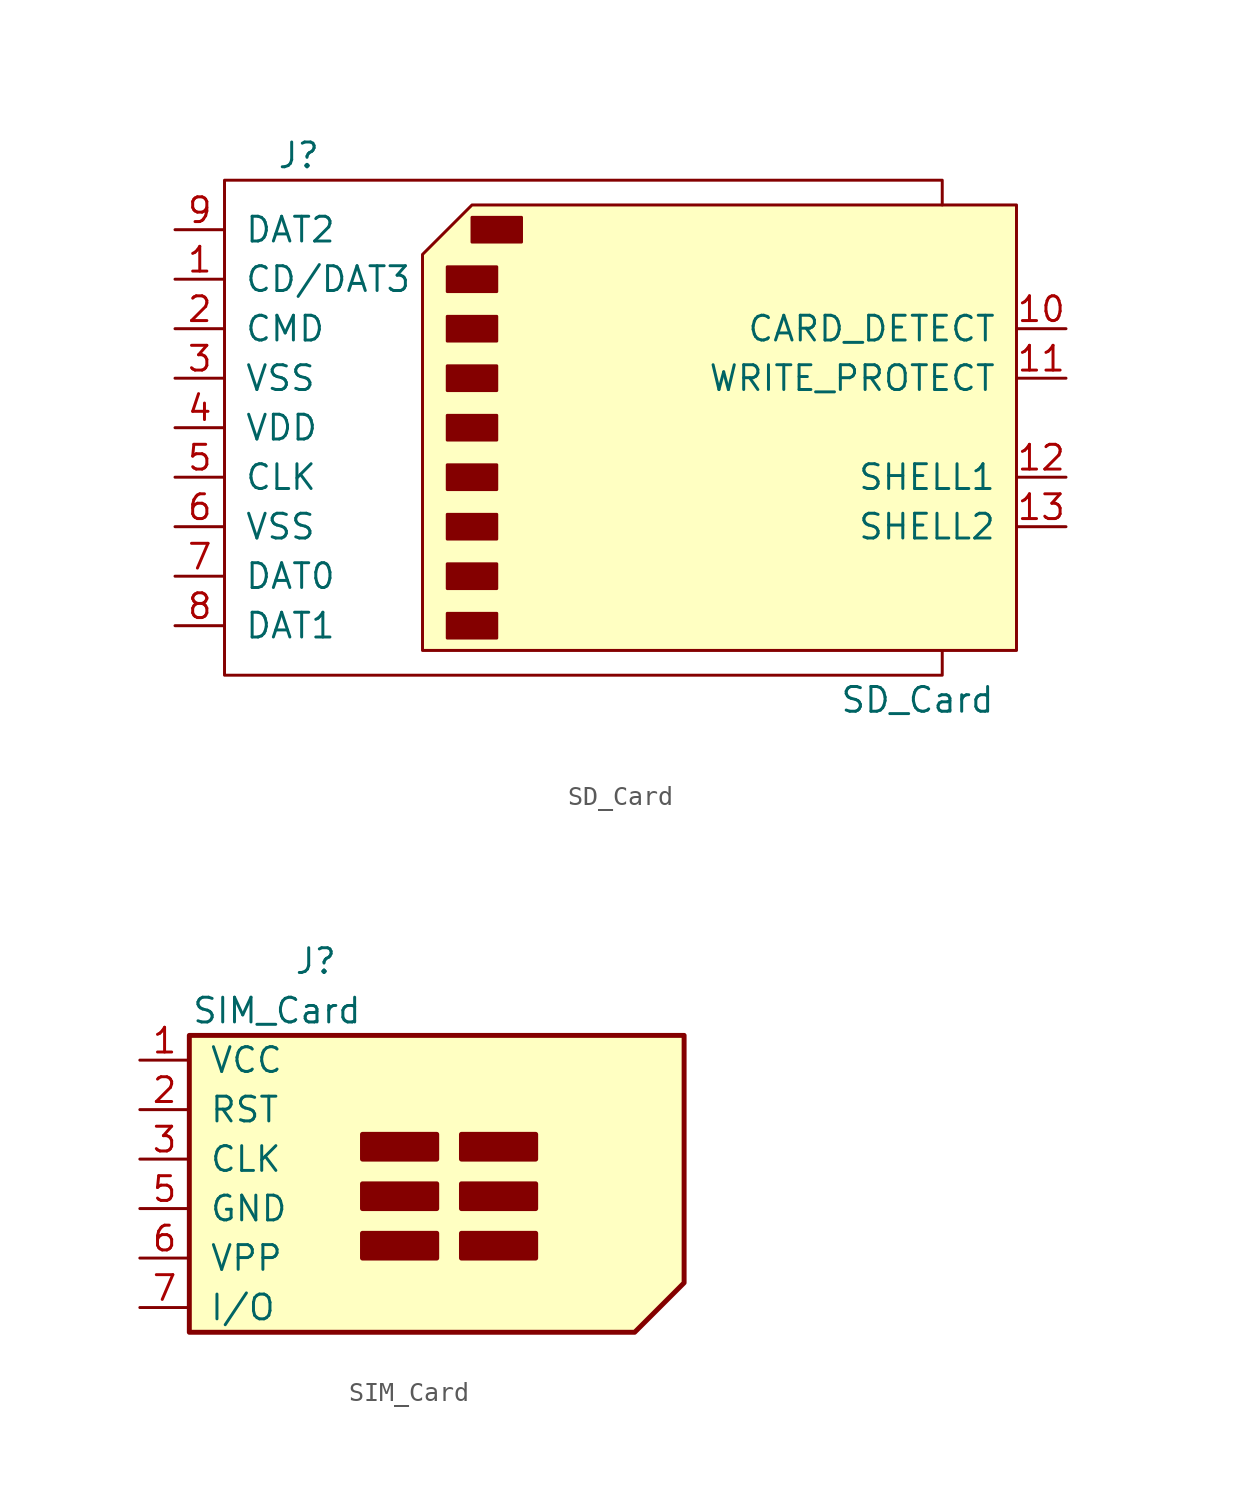
<source format=kicad_sym>
(kicad_symbol_lib
  (version 20201005)
  (generator kicad_symbol_editor)
  (symbol "SD_Card"
    (pin_names
      (offset 1.016))
    (property "Reference" "J"
      (at -16.51 13.97 0)
      (effects (font (size 1.27 1.27))))
    (property "Value" "SD_Card"
      (at 15.24 -13.97 0)
      (effects (font (size 1.27 1.27))))
    (symbol "SD_Card_0_1"
      (rectangle (start -8.89 -9.525) (end -6.35 -10.795) (stroke (width 0)) (fill (type outline)))
      (rectangle (start -8.89 -6.985) (end -6.35 -8.255) (stroke (width 0)) (fill (type outline)))
      (rectangle (start -8.89 -4.445) (end -6.35 -5.715) (stroke (width 0)) (fill (type outline)))
      (rectangle (start -8.89 -1.905) (end -6.35 -3.175) (stroke (width 0)) (fill (type outline)))
      (rectangle (start -8.89 0.635) (end -6.35 -0.635) (stroke (width 0)) (fill (type outline)))
      (rectangle (start -8.89 3.175) (end -6.35 1.905) (stroke (width 0)) (fill (type outline)))
      (rectangle (start -8.89 5.715) (end -6.35 4.445) (stroke (width 0)) (fill (type outline)))
      (rectangle (start -8.89 8.255) (end -6.35 6.985) (stroke (width 0)) (fill (type outline)))
      (rectangle (start -7.62 10.795) (end -5.08 9.525) (stroke (width 0)) (fill (type outline)))
      (polyline (pts (xy -10.16 8.89) (xy -7.62 11.43) (xy 20.32 11.43) (xy 20.32 -11.43) (xy -10.16 -11.43) (xy -10.16 8.89)) (stroke (width 0)) (fill (type background)))
      (polyline (pts (xy 16.51 11.43) (xy 16.51 12.7) (xy -20.32 12.7) (xy -20.32 -12.7) (xy 16.51 -12.7) (xy 16.51 -11.43)) (stroke (width 0)) (fill (type none))))
    (symbol "SD_Card_1_1"
      (pin input line (at -22.86 7.62 0) (length 2.54) (name "CD/DAT3" (effects (font (size 1.27 1.27)))) (number "1" (effects (font (size 1.27 1.27)))))
      (pin input line (at 22.86 5.08 180) (length 2.54) (name "CARD_DETECT" (effects (font (size 1.27 1.27)))) (number "10" (effects (font (size 1.27 1.27)))))
      (pin input line (at 22.86 2.54 180) (length 2.54) (name "WRITE_PROTECT" (effects (font (size 1.27 1.27)))) (number "11" (effects (font (size 1.27 1.27)))))
      (pin input line (at 22.86 -2.54 180) (length 2.54) (name "SHELL1" (effects (font (size 1.27 1.27)))) (number "12" (effects (font (size 1.27 1.27)))))
      (pin input line (at 22.86 -5.08 180) (length 2.54) (name "SHELL2" (effects (font (size 1.27 1.27)))) (number "13" (effects (font (size 1.27 1.27)))))
      (pin input line (at -22.86 5.08 0) (length 2.54) (name "CMD" (effects (font (size 1.27 1.27)))) (number "2" (effects (font (size 1.27 1.27)))))
      (pin power_in line (at -22.86 2.54 0) (length 2.54) (name "VSS" (effects (font (size 1.27 1.27)))) (number "3" (effects (font (size 1.27 1.27)))))
      (pin power_in line (at -22.86 0 0) (length 2.54) (name "VDD" (effects (font (size 1.27 1.27)))) (number "4" (effects (font (size 1.27 1.27)))))
      (pin input line (at -22.86 -2.54 0) (length 2.54) (name "CLK" (effects (font (size 1.27 1.27)))) (number "5" (effects (font (size 1.27 1.27)))))
      (pin power_in line (at -22.86 -5.08 0) (length 2.54) (name "VSS" (effects (font (size 1.27 1.27)))) (number "6" (effects (font (size 1.27 1.27)))))
      (pin input line (at -22.86 -7.62 0) (length 2.54) (name "DAT0" (effects (font (size 1.27 1.27)))) (number "7" (effects (font (size 1.27 1.27)))))
      (pin input line (at -22.86 -10.16 0) (length 2.54) (name "DAT1" (effects (font (size 1.27 1.27)))) (number "8" (effects (font (size 1.27 1.27)))))
      (pin input line (at -22.86 10.16 0) (length 2.54) (name "DAT2" (effects (font (size 1.27 1.27)))) (number "9" (effects (font (size 1.27 1.27)))))))
  (symbol "SIM_Card"
    (pin_names
      (offset 1.016))
    (property "Reference" "J"
      (at -2.54 12.7 0)
      (effects (font (size 1.27 1.27)) (justify right)))
    (property "Value" "SIM_Card"
      (at -1.27 10.16 0)
      (effects (font (size 1.27 1.27)) (justify right)))
    (symbol "SIM_Card_0_1"
      (rectangle (start -1.27 -2.54) (end 2.54 -1.27) (stroke (width 0.254)) (fill (type outline)))
      (rectangle (start -1.27 0) (end 2.54 1.27) (stroke (width 0.254)) (fill (type outline)))
      (rectangle (start -1.27 2.54) (end 2.54 3.81) (stroke (width 0.254)) (fill (type outline)))
      (rectangle (start 3.81 -1.27) (end 7.62 -2.54) (stroke (width 0.254)) (fill (type outline)))
      (rectangle (start 3.81 0) (end 7.62 1.27) (stroke (width 0.254)) (fill (type outline)))
      (rectangle (start 3.81 2.54) (end 7.62 3.81) (stroke (width 0.254)) (fill (type outline)))
      (polyline (pts (xy -10.16 8.89) (xy 15.24 8.89) (xy 15.24 -3.81) (xy 12.7 -6.35) (xy -10.16 -6.35) (xy -10.16 8.89)) (stroke (width 0.254)) (fill (type background))))
    (symbol "SIM_Card_1_1"
      (pin power_in line (at -12.7 7.62 0) (length 2.54) (name "VCC" (effects (font (size 1.27 1.27)))) (number "1" (effects (font (size 1.27 1.27)))))
      (pin input line (at -12.7 5.08 0) (length 2.54) (name "RST" (effects (font (size 1.27 1.27)))) (number "2" (effects (font (size 1.27 1.27)))))
      (pin input line (at -12.7 2.54 0) (length 2.54) (name "CLK" (effects (font (size 1.27 1.27)))) (number "3" (effects (font (size 1.27 1.27)))))
      (pin power_in line (at -12.7 0 0) (length 2.54) (name "GND" (effects (font (size 1.27 1.27)))) (number "5" (effects (font (size 1.27 1.27)))))
      (pin input line (at -12.7 -2.54 0) (length 2.54) (name "VPP" (effects (font (size 1.27 1.27)))) (number "6" (effects (font (size 1.27 1.27)))))
      (pin bidirectional line (at -12.7 -5.08 0) (length 2.54) (name "I/O" (effects (font (size 1.27 1.27)))) (number "7" (effects (font (size 1.27 1.27))))))))
</source>
